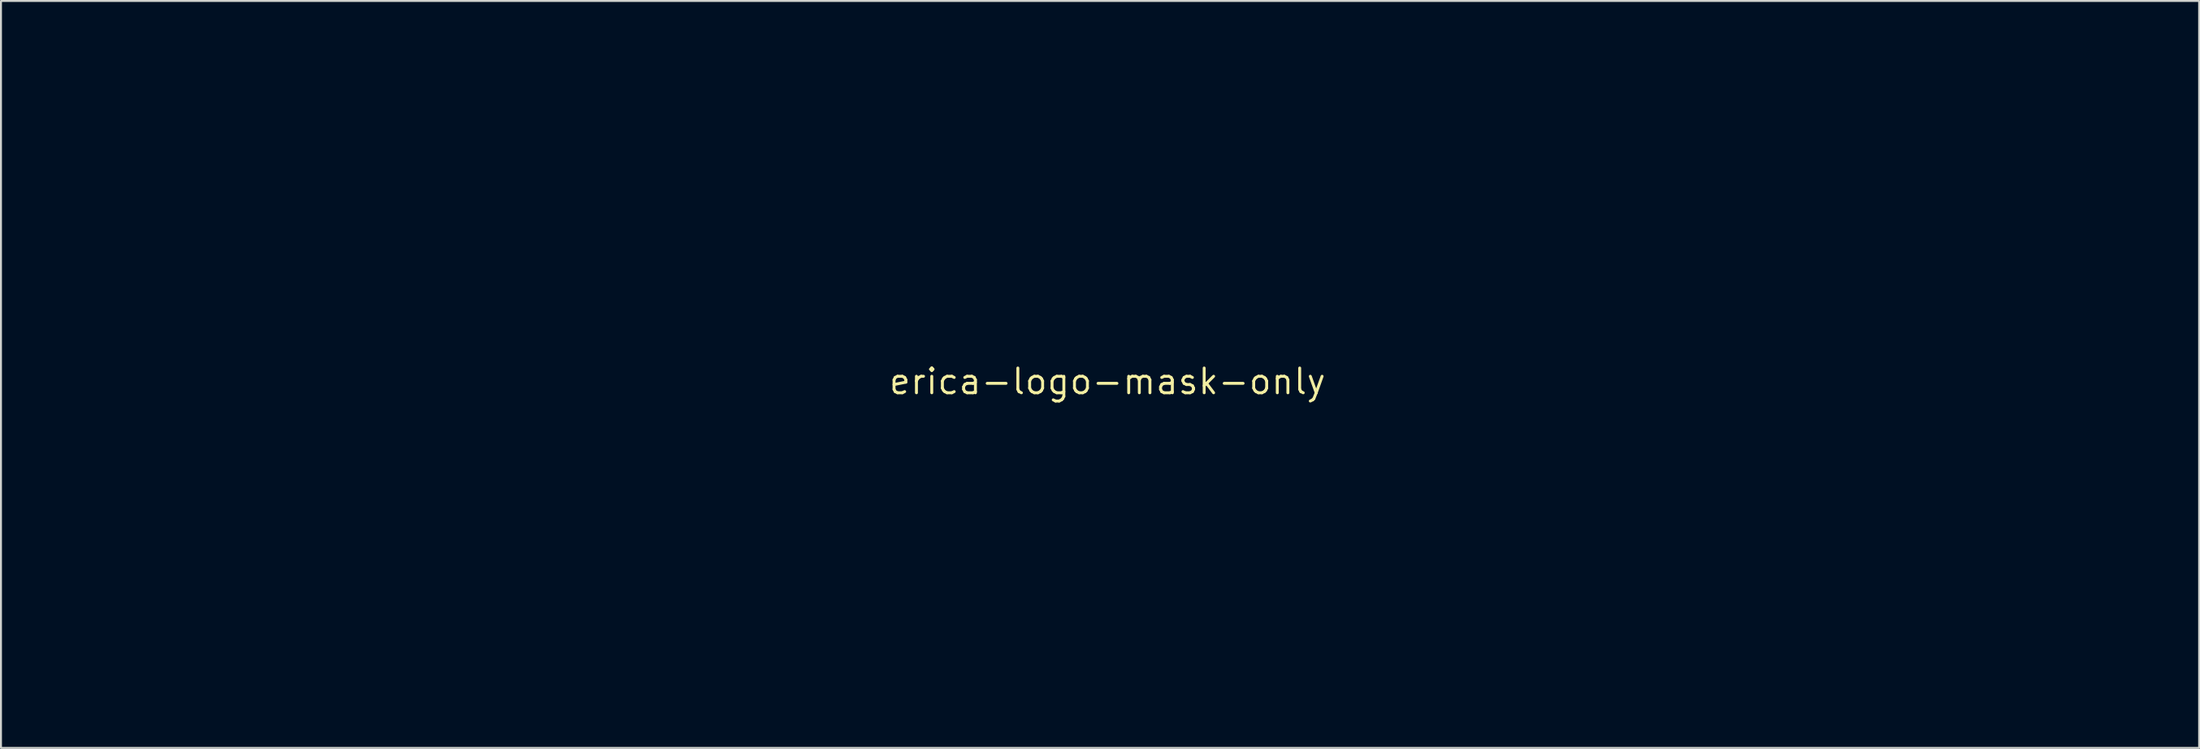
<source format=kicad_pcb>
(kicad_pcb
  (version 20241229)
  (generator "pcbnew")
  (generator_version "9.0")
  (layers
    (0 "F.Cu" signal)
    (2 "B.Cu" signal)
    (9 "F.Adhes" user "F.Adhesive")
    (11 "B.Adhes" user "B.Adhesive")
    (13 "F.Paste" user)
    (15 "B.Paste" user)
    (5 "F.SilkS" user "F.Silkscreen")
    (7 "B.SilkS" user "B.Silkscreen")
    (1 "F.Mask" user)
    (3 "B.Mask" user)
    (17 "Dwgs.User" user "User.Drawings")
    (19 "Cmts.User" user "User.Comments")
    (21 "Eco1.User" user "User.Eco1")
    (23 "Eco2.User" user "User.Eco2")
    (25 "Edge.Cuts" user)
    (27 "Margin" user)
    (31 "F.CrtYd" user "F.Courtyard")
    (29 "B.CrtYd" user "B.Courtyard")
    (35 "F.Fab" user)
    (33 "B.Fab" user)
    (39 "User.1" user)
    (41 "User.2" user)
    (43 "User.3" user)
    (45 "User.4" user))
  (footprint "erica-logo-mask-only"
    (layer "F.Cu")
    (at 53.747 16.515)
    (property "Reference" "erica-logo-mask-only" (at 0 0 0) (layer "F.SilkS") (effects (font (size 1.27 1.27) (thickness 0.15))))
    (attr through_hole)
    (fp_poly (pts (xy -1.143 1.928) (xy -0.867 1.929) (xy -0.553 1.929) (xy -0.265 1.93) (xy 1.704 1.937) (xy 1.843 2.002) (xy 1.964 2.074) (xy 2.075 2.166) (xy 2.167 2.269) (xy 2.23 2.372) (xy 2.236 2.388) (xy 2.244 2.41) (xy 2.25 2.436) (xy 2.256 2.47) (xy 2.26 2.515) (xy 2.264 2.573) (xy 2.268 2.648) (xy 2.271 2.744) (xy 2.273 2.862) (xy 2.275 3.007) (xy 2.277 3.182) (xy 2.278 3.389) (xy 2.28 3.632) (xy 2.281 3.913) (xy 2.281 3.936) (xy 2.283 4.249) (xy 2.283 4.523) (xy 2.283 4.76) (xy 2.282 4.965) (xy 2.28 5.139) (xy 2.277 5.286) (xy 2.273 5.409) (xy 2.267 5.511) (xy 2.259 5.595) (xy 2.249 5.665) (xy 2.238 5.722) (xy 2.224 5.771) (xy 2.209 5.814) (xy 2.191 5.855) (xy 2.188 5.86) (xy 2.15 5.93) (xy 2.109 5.975) (xy 2.049 6.011) (xy 2.016 6.027) (xy 1.932 6.062) (xy 1.831 6.098) (xy 1.749 6.124) (xy 1.721 6.131) (xy 1.693 6.138) (xy 1.661 6.144) (xy 1.622 6.149) (xy 1.575 6.153) (xy 1.515 6.157) (xy 1.44 6.16) (xy 1.347 6.162) (xy 1.233 6.164) (xy 1.096 6.166) (xy 0.932 6.167) (xy 0.739 6.169) (xy 0.513 6.169) (xy 0.253 6.17) (xy -0.046 6.171) (xy -0.222 6.172) (xy -0.501 6.172) (xy -0.771 6.172) (xy -1.029 6.172) (xy -1.271 6.171) (xy -1.494 6.17) (xy -1.694 6.169) (xy -1.868 6.167) (xy -2.013 6.165) (xy -2.124 6.163) (xy -2.199 6.161) (xy -2.227 6.159) (xy -2.404 6.136) (xy -2.546 6.103) (xy -2.66 6.054) (xy -2.754 5.989) (xy -2.833 5.902) (xy -2.861 5.863) (xy -2.89 5.82) (xy -2.915 5.781) (xy -2.937 5.742) (xy -2.955 5.701) (xy -2.97 5.654) (xy -2.983 5.598) (xy -2.993 5.53) (xy -3 5.446) (xy -3.006 5.344) (xy -3.01 5.22) (xy -3.013 5.071) (xy -3.015 4.893) (xy -3.016 4.685) (xy -3.016 4.441) (xy -3.016 4.16) (xy -3.016 4.043) (xy -3.016 2.593) (xy -2.958 2.468) (xy -2.897 2.357) (xy -2.821 2.247) (xy -2.738 2.148) (xy -2.655 2.068) (xy -2.581 2.017) (xy -2.578 2.016) (xy -2.544 2.001) (xy -2.511 1.987) (xy -2.476 1.976) (xy -2.435 1.966) (xy -2.386 1.957) (xy -2.326 1.95) (xy -2.253 1.944) (xy -2.164 1.939) (xy -2.056 1.935) (xy -1.927 1.932) (xy -1.774 1.93) (xy -1.594 1.929) (xy -1.384 1.928) (xy -1.143 1.928)) (stroke (width 0.01) (type solid)) (fill yes) (layer "F.Mask"))
    (fp_poly (pts (xy 0.395 -10.759) (xy 0.967 -10.707) (xy 1.512 -10.626) (xy 2.031 -10.513) (xy 2.525 -10.37) (xy 2.994 -10.195) (xy 3.44 -9.989) (xy 3.864 -9.751) (xy 4.267 -9.481) (xy 4.487 -9.313) (xy 4.608 -9.211) (xy 4.745 -9.088) (xy 4.892 -8.949) (xy 5.043 -8.802) (xy 5.19 -8.652) (xy 5.328 -8.506) (xy 5.45 -8.371) (xy 5.55 -8.252) (xy 5.597 -8.191) (xy 5.863 -7.8) (xy 6.091 -7.393) (xy 6.283 -6.974) (xy 6.438 -6.544) (xy 6.556 -6.107) (xy 6.636 -5.664) (xy 6.678 -5.219) (xy 6.681 -4.774) (xy 6.647 -4.332) (xy 6.573 -3.895) (xy 6.461 -3.465) (xy 6.309 -3.046) (xy 6.19 -2.781) (xy 5.977 -2.393) (xy 5.728 -2.025) (xy 5.442 -1.678) (xy 5.12 -1.353) (xy 4.922 -1.179) (xy 4.396 -0.764) (xy 3.854 -0.387) (xy 3.296 -0.048) (xy 2.724 0.251) (xy 2.138 0.511) (xy 1.54 0.732) (xy 0.931 0.911) (xy 0.768 0.952) (xy 0.639 0.984) (xy 0.513 1.016) (xy 0.4 1.046) (xy 0.312 1.071) (xy 0.275 1.083) (xy 0.177 1.105) (xy 0.047 1.122) (xy -0.105 1.133) (xy -0.269 1.137) (xy -0.435 1.134) (xy -0.594 1.124) (xy -0.702 1.112) (xy -1.268 1.016) (xy -1.809 0.891) (xy -2.331 0.735) (xy -2.844 0.546) (xy -3.354 0.321) (xy -3.537 0.232) (xy -3.956 0.009) (xy -4.366 -0.236) (xy -4.76 -0.497) (xy -4.943 -0.631) (xy -0.799 -0.631) (xy -0.728 -0.526) (xy -0.686 -0.455) (xy -0.655 -0.384) (xy -0.644 -0.348) (xy -0.615 -0.278) (xy -0.552 -0.211) (xy -0.543 -0.203) (xy -0.462 -0.144) (xy -0.398 -0.113) (xy -0.336 -0.112) (xy -0.266 -0.139) (xy -0.186 -0.185) (xy -0.102 -0.242) (xy -0.016 -0.306) (xy 0.039 -0.351) (xy 0.108 -0.409) (xy 0.18 -0.465) (xy 0.218 -0.492) (xy 0.299 -0.546) (xy 0.236 -0.591) (xy 0.192 -0.629) (xy 0.134 -0.69) (xy 0.074 -0.76) (xy 0.065 -0.771) (xy -0.027 -0.87) (xy -0.118 -0.934) (xy -0.218 -0.966) (xy -0.309 -0.974) (xy -0.37 -0.971) (xy -0.422 -0.959) (xy -0.472 -0.934) (xy -0.53 -0.89) (xy -0.604 -0.822) (xy -0.648 -0.779) (xy -0.799 -0.631) (xy -4.943 -0.631) (xy -5.133 -0.77) (xy -5.479 -1.052) (xy -5.791 -1.337) (xy -5.929 -1.476) (xy -6.253 -1.841) (xy -6.535 -2.218) (xy -6.778 -2.606) (xy -6.98 -3.008) (xy -7.141 -3.421) (xy -7.262 -3.846) (xy -7.317 -4.117) (xy -7.331 -4.235) (xy -7.342 -4.386) (xy -7.349 -4.562) (xy -7.351 -4.753) (xy -7.349 -4.953) (xy -7.344 -5.151) (xy -7.334 -5.339) (xy -7.321 -5.508) (xy -7.314 -5.563) (xy -7.274 -5.819) (xy -5.033 -5.819) (xy -5.031 -5.551) (xy -5.011 -5.272) (xy -4.974 -4.987) (xy -4.951 -4.854) (xy -4.868 -4.497) (xy -4.76 -4.147) (xy -4.629 -3.812) (xy -4.479 -3.502) (xy -4.407 -3.376) (xy -4.229 -3.108) (xy -4.035 -2.877) (xy -3.822 -2.681) (xy -3.586 -2.515) (xy -3.396 -2.411) (xy -3.242 -2.355) (xy -3.068 -2.326) (xy -2.888 -2.323) (xy -2.716 -2.349) (xy -2.63 -2.375) (xy -2.487 -2.448) (xy -2.354 -2.554) (xy -2.244 -2.683) (xy -2.237 -2.695) (xy -2.184 -2.779) (xy -2.136 -2.871) (xy -2.089 -2.975) (xy -2.041 -3.099) (xy -1.991 -3.247) (xy -1.935 -3.426) (xy -1.881 -3.609) (xy -1.795 -3.905) (xy -1.819 -4.17) (xy -1.832 -4.273) (xy 1.144 -4.273) (xy 1.163 -3.956) (xy 1.174 -3.873) (xy 1.204 -3.687) (xy 1.243 -3.498) (xy 1.286 -3.315) (xy 1.333 -3.147) (xy 1.38 -3.003) (xy 1.426 -2.891) (xy 1.429 -2.884) (xy 1.522 -2.729) (xy 1.636 -2.591) (xy 1.762 -2.48) (xy 1.87 -2.413) (xy 1.977 -2.37) (xy 2.097 -2.338) (xy 2.213 -2.321) (xy 2.307 -2.32) (xy 2.361 -2.327) (xy 2.433 -2.336) (xy 2.457 -2.339) (xy 2.604 -2.376) (xy 2.76 -2.451) (xy 2.92 -2.56) (xy 3.083 -2.699) (xy 3.245 -2.864) (xy 3.402 -3.053) (xy 3.552 -3.262) (xy 3.691 -3.488) (xy 3.816 -3.726) (xy 3.895 -3.901) (xy 3.977 -4.121) (xy 4.053 -4.368) (xy 4.122 -4.634) (xy 4.18 -4.91) (xy 4.228 -5.187) (xy 4.263 -5.456) (xy 4.284 -5.709) (xy 4.288 -5.937) (xy 4.285 -6.032) (xy 4.255 -6.283) (xy 4.201 -6.53) (xy 4.125 -6.764) (xy 4.029 -6.976) (xy 3.918 -7.157) (xy 3.911 -7.167) (xy 3.779 -7.315) (xy 3.63 -7.434) (xy 3.469 -7.521) (xy 3.302 -7.572) (xy 3.133 -7.586) (xy 3.036 -7.576) (xy 2.921 -7.543) (xy 2.792 -7.487) (xy 2.662 -7.415) (xy 2.544 -7.335) (xy 2.477 -7.277) (xy 2.379 -7.178) (xy 2.265 -7.055) (xy 2.144 -6.918) (xy 2.026 -6.778) (xy 1.918 -6.645) (xy 1.829 -6.529) (xy 1.825 -6.523) (xy 1.747 -6.404) (xy 1.66 -6.256) (xy 1.572 -6.091) (xy 1.486 -5.919) (xy 1.41 -5.753) (xy 1.349 -5.602) (xy 1.334 -5.559) (xy 1.248 -5.259) (xy 1.187 -4.937) (xy 1.152 -4.604) (xy 1.144 -4.273) (xy -1.832 -4.273) (xy -1.875 -4.631) (xy -1.956 -5.06) (xy -2.062 -5.458) (xy -2.195 -5.828) (xy -2.318 -6.101) (xy -2.423 -6.299) (xy -2.537 -6.48) (xy -2.665 -6.654) (xy -2.815 -6.831) (xy -2.994 -7.02) (xy -3.005 -7.031) (xy -3.169 -7.191) (xy -3.313 -7.319) (xy -3.441 -7.419) (xy -3.559 -7.492) (xy -3.671 -7.542) (xy -3.781 -7.571) (xy -3.895 -7.583) (xy -3.937 -7.583) (xy -4.107 -7.563) (xy -4.26 -7.505) (xy -4.398 -7.41) (xy -4.521 -7.275) (xy -4.632 -7.101) (xy -4.633 -7.1) (xy -4.684 -7.009) (xy -4.738 -6.918) (xy -4.785 -6.845) (xy -4.794 -6.832) (xy -4.874 -6.689) (xy -4.938 -6.512) (xy -4.986 -6.305) (xy -5.018 -6.072) (xy -5.033 -5.819) (xy -7.274 -5.819) (xy -7.24 -6.035) (xy -7.128 -6.495) (xy -6.981 -6.94) (xy -6.8 -7.368) (xy -6.588 -7.776) (xy -6.344 -8.162) (xy -6.071 -8.524) (xy -5.771 -8.859) (xy -5.444 -9.164) (xy -5.093 -9.438) (xy -4.778 -9.643) (xy -4.276 -9.917) (xy -3.755 -10.154) (xy -3.215 -10.354) (xy -2.658 -10.515) (xy -2.085 -10.639) (xy -1.497 -10.723) (xy -0.896 -10.769) (xy -0.836 -10.771) (xy -0.206 -10.78) (xy 0.395 -10.759)) (stroke (width 0.01) (type solid)) (fill yes) (layer "F.Mask"))
    (fp_poly (pts (xy 20.451 -15.408) (xy 21.331 -14.307) (xy 21.311 -14.218) (xy 21.233 -13.872) (xy 21.149 -13.496) (xy 21.058 -13.092) (xy 20.961 -12.66) (xy 20.858 -12.203) (xy 20.751 -11.722) (xy 20.638 -11.218) (xy 20.52 -10.694) (xy 20.398 -10.15) (xy 20.273 -9.588) (xy 20.143 -9.009) (xy 20.011 -8.416) (xy 19.875 -7.809) (xy 19.737 -7.191) (xy 19.597 -6.562) (xy 19.454 -5.925) (xy 19.31 -5.28) (xy 19.165 -4.629) (xy 19.019 -3.975) (xy 18.873 -3.318) (xy 18.726 -2.659) (xy 18.579 -2.001) (xy 18.433 -1.345) (xy 18.287 -0.693) (xy 18.143 -0.045) (xy 18 0.596) (xy 17.859 1.229) (xy 17.721 1.853) (xy 17.584 2.465) (xy 17.451 3.065) (xy 17.321 3.65) (xy 17.194 4.22) (xy 17.071 4.773) (xy 16.952 5.307) (xy 16.838 5.821) (xy 16.729 6.312) (xy 16.625 6.781) (xy 16.527 7.225) (xy 16.434 7.642) (xy 16.348 8.032) (xy 16.269 8.392) (xy 16.196 8.721) (xy 16.13 9.017) (xy 16.073 9.28) (xy 16.023 9.507) (xy 15.981 9.697) (xy 15.948 9.848) (xy 15.929 9.938) (xy 15.897 10.089) (xy 15.866 10.231) (xy 15.839 10.356) (xy 15.817 10.458) (xy 15.8 10.532) (xy 15.792 10.567) (xy 15.774 10.647) (xy 52.98 10.647) (xy 52.98 15.79) (xy -53.742 15.79) (xy -53.742 10.647) (xy -35.401 10.647) (xy -34.521 10.647) (xy -33.652 10.647) (xy -32.793 10.647) (xy -31.948 10.647) (xy -31.115 10.647) (xy -30.296 10.646) (xy -29.493 10.646) (xy -28.706 10.646) (xy -27.936 10.646) (xy -27.184 10.646) (xy -26.451 10.645) (xy -25.738 10.645) (xy -25.046 10.645) (xy -24.376 10.645) (xy -23.729 10.644) (xy -23.106 10.644) (xy -22.507 10.644) (xy -21.934 10.643) (xy -21.388 10.643) (xy -20.87 10.643) (xy -20.38 10.642) (xy -19.92 10.642) (xy -19.491 10.641) (xy -19.093 10.641) (xy -18.728 10.641) (xy -18.396 10.64) (xy -18.098 10.64) (xy -17.836 10.639) (xy -17.611 10.639) (xy -17.422 10.638) (xy -17.272 10.638) (xy -17.161 10.637) (xy -17.091 10.637) (xy -17.061 10.636) (xy -17.06 10.636) (xy -17.065 10.614) (xy -17.078 10.552) (xy -17.099 10.455) (xy -17.128 10.323) (xy -17.164 10.16) (xy -17.207 9.968) (xy -17.255 9.75) (xy -17.309 9.508) (xy -17.367 9.244) (xy -17.43 8.961) (xy -17.497 8.662) (xy -17.567 8.348) (xy -17.639 8.024) (xy -17.713 7.689) (xy -17.789 7.349) (xy -17.866 7.004) (xy -17.944 6.658) (xy -18.021 6.312) (xy -18.079 6.054) (xy -18.244 5.315) (xy -18.413 4.563) (xy -18.584 3.799) (xy -18.758 3.026) (xy -18.933 2.245) (xy -19.11 1.459) (xy -19.288 0.67) (xy -19.466 -0.12) (xy -19.644 -0.91) (xy -19.822 -1.696) (xy -19.999 -2.478) (xy -20.174 -3.252) (xy -20.347 -4.017) (xy -20.518 -4.77) (xy -20.666 -5.422) (xy -8.823 -5.422) (xy -8.821 -5.211) (xy -8.814 -5.023) (xy -8.807 -4.908) (xy -8.745 -4.387) (xy -8.647 -3.879) (xy -8.516 -3.387) (xy -8.352 -2.911) (xy -8.156 -2.455) (xy -7.93 -2.022) (xy -7.674 -1.614) (xy -7.391 -1.233) (xy -7.08 -0.882) (xy -6.84 -0.649) (xy -6.681 -0.508) (xy -6.518 -0.372) (xy -6.348 -0.238) (xy -6.165 -0.102) (xy -5.965 0.038) (xy -5.744 0.187) (xy -5.496 0.346) (xy -5.218 0.52) (xy -5.038 0.63) (xy -4.813 0.768) (xy -4.62 0.889) (xy -4.461 0.99) (xy -4.337 1.073) (xy -4.247 1.136) (xy -4.192 1.18) (xy -4.174 1.201) (xy -4.185 1.222) (xy -4.21 1.228) (xy -4.246 1.24) (xy -4.255 1.277) (xy -4.259 1.293) (xy -4.274 1.313) (xy -4.305 1.34) (xy -4.353 1.375) (xy -4.423 1.421) (xy -4.518 1.481) (xy -4.641 1.556) (xy -4.797 1.649) (xy -4.852 1.682) (xy -5.027 1.786) (xy -5.216 1.899) (xy -5.411 2.015) (xy -5.6 2.128) (xy -5.773 2.232) (xy -5.921 2.321) (xy -5.927 2.324) (xy -6.063 2.406) (xy -6.195 2.484) (xy -6.317 2.555) (xy -6.42 2.615) (xy -6.5 2.66) (xy -6.54 2.682) (xy -6.759 2.819) (xy -6.945 2.979) (xy -7.097 3.159) (xy -7.214 3.359) (xy -7.292 3.575) (xy -7.292 3.577) (xy -7.32 3.758) (xy -7.318 3.957) (xy -7.285 4.168) (xy -7.232 4.354) (xy -7.179 4.496) (xy -7.122 4.611) (xy -7.055 4.712) (xy -6.968 4.812) (xy -6.903 4.879) (xy -6.716 5.035) (xy -6.516 5.151) (xy -6.304 5.227) (xy -6.079 5.263) (xy -5.841 5.258) (xy -5.593 5.213) (xy -5.421 5.161) (xy -5.291 5.113) (xy -5.187 5.068) (xy -5.094 5.019) (xy -4.997 4.957) (xy -4.9 4.888) (xy -4.681 4.739) (xy -4.423 4.583) (xy -4.132 4.421) (xy -3.911 4.306) (xy -3.784 4.241) (xy -3.69 4.191) (xy -3.625 4.153) (xy -3.585 4.125) (xy -3.563 4.102) (xy -3.556 4.082) (xy -3.556 4.079) (xy -3.552 4.058) (xy -3.537 4.06) (xy -3.505 4.088) (xy -3.459 4.137) (xy -3.362 4.242) (xy -3.372 5.587) (xy -3.374 5.862) (xy -3.376 6.098) (xy -3.378 6.299) (xy -3.38 6.468) (xy -3.382 6.609) (xy -3.385 6.726) (xy -3.388 6.822) (xy -3.393 6.901) (xy -3.397 6.966) (xy -3.403 7.021) (xy -3.41 7.07) (xy -3.418 7.116) (xy -3.424 7.144) (xy -3.491 7.442) (xy -3.566 7.708) (xy -3.655 7.953) (xy -3.759 8.189) (xy -3.83 8.329) (xy -3.921 8.5) (xy -3.992 8.64) (xy -4.047 8.757) (xy -4.088 8.856) (xy -4.116 8.943) (xy -4.134 9.026) (xy -4.144 9.11) (xy -4.148 9.201) (xy -4.149 9.271) (xy -4.131 9.501) (xy -4.078 9.717) (xy -3.993 9.915) (xy -3.879 10.091) (xy -3.738 10.24) (xy -3.572 10.36) (xy -3.385 10.447) (xy -3.383 10.447) (xy -3.114 10.521) (xy -2.853 10.555) (xy -2.603 10.551) (xy -2.46 10.529) (xy -2.26 10.474) (xy -2.084 10.392) (xy -1.922 10.277) (xy -1.809 10.173) (xy -1.743 10.105) (xy -1.693 10.049) (xy -1.653 9.997) (xy -1.619 9.937) (xy -1.583 9.862) (xy -1.54 9.761) (xy -1.516 9.705) (xy -1.477 9.606) (xy -1.425 9.476) (xy -1.366 9.324) (xy -1.301 9.156) (xy -1.235 8.983) (xy -1.171 8.812) (xy -1.165 8.795) (xy -1.078 8.565) (xy -1.004 8.368) (xy -0.939 8.198) (xy -0.882 8.048) (xy -0.829 7.913) (xy -0.778 7.786) (xy -0.727 7.66) (xy -0.673 7.529) (xy -0.662 7.504) (xy -0.619 7.398) (xy -0.577 7.296) (xy -0.544 7.211) (xy -0.521 7.153) (xy -0.521 7.153) (xy -0.486 7.079) (xy -0.439 7.012) (xy -0.423 6.995) (xy -0.36 6.935) (xy -0.36 7.001) (xy -0.353 7.041) (xy -0.329 7.088) (xy -0.282 7.149) (xy -0.224 7.215) (xy -0.16 7.285) (xy -0.105 7.35) (xy -0.066 7.398) (xy -0.056 7.412) (xy -0.041 7.444) (xy -0.014 7.511) (xy 0.022 7.607) (xy 0.065 7.726) (xy 0.114 7.864) (xy 0.167 8.014) (xy 0.181 8.054) (xy 0.309 8.423) (xy 0.429 8.757) (xy 0.541 9.057) (xy 0.643 9.321) (xy 0.735 9.548) (xy 0.818 9.737) (xy 0.89 9.887) (xy 0.951 9.997) (xy 0.955 10.002) (xy 1.089 10.176) (xy 1.252 10.319) (xy 1.443 10.431) (xy 1.663 10.511) (xy 1.672 10.514) (xy 1.767 10.532) (xy 1.888 10.545) (xy 2.026 10.552) (xy 2.169 10.554) (xy 2.308 10.55) (xy 2.432 10.54) (xy 2.53 10.525) (xy 2.572 10.514) (xy 2.657 10.474) (xy 2.759 10.411) (xy 2.869 10.332) (xy 2.975 10.246) (xy 3.067 10.161) (xy 3.128 10.092) (xy 3.251 9.898) (xy 3.338 9.687) (xy 3.389 9.463) (xy 3.403 9.23) (xy 3.379 8.993) (xy 3.319 8.756) (xy 3.221 8.525) (xy 3.202 8.488) (xy 3.074 8.246) (xy 2.969 8.029) (xy 2.882 7.829) (xy 2.813 7.637) (xy 2.757 7.445) (xy 2.711 7.244) (xy 2.673 7.025) (xy 2.645 6.816) (xy 2.64 6.758) (xy 2.636 6.667) (xy 2.631 6.546) (xy 2.627 6.399) (xy 2.623 6.231) (xy 2.62 6.045) (xy 2.617 5.846) (xy 2.614 5.638) (xy 2.611 5.425) (xy 2.609 5.212) (xy 2.608 5.003) (xy 2.607 4.801) (xy 2.606 4.611) (xy 2.607 4.437) (xy 2.608 4.284) (xy 2.609 4.156) (xy 2.611 4.056) (xy 2.614 3.989) (xy 2.618 3.959) (xy 2.619 3.958) (xy 2.649 3.973) (xy 2.668 3.992) (xy 2.7 4.017) (xy 2.758 4.053) (xy 2.832 4.093) (xy 2.846 4.1) (xy 2.995 4.178) (xy 3.178 4.279) (xy 3.394 4.401) (xy 3.643 4.545) (xy 3.924 4.711) (xy 4.009 4.762) (xy 4.146 4.842) (xy 4.276 4.919) (xy 4.394 4.988) (xy 4.493 5.045) (xy 4.568 5.087) (xy 4.609 5.109) (xy 4.81 5.19) (xy 5.025 5.241) (xy 5.244 5.26) (xy 5.458 5.247) (xy 5.657 5.201) (xy 5.662 5.199) (xy 5.882 5.103) (xy 6.079 4.978) (xy 6.248 4.827) (xy 6.387 4.652) (xy 6.492 4.459) (xy 6.551 4.287) (xy 6.568 4.186) (xy 6.579 4.05) (xy 6.583 3.884) (xy 6.583 3.608) (xy 6.488 3.442) (xy 6.374 3.257) (xy 6.248 3.087) (xy 6.106 2.927) (xy 5.944 2.773) (xy 5.755 2.619) (xy 5.536 2.463) (xy 5.292 2.304) (xy 5.195 2.244) (xy 5.102 2.188) (xy 5.009 2.133) (xy 4.91 2.076) (xy 4.8 2.015) (xy 4.673 1.945) (xy 4.523 1.865) (xy 4.345 1.77) (xy 4.18 1.683) (xy 4.002 1.589) (xy 3.857 1.512) (xy 3.742 1.451) (xy 3.654 1.403) (xy 3.589 1.364) (xy 3.544 1.333) (xy 3.515 1.307) (xy 3.499 1.283) (xy 3.492 1.259) (xy 3.491 1.233) (xy 3.492 1.201) (xy 3.493 1.178) (xy 3.493 1.048) (xy 3.836 0.889) (xy 4.109 0.76) (xy 4.35 0.642) (xy 4.565 0.529) (xy 4.762 0.42) (xy 4.946 0.308) (xy 5.127 0.191) (xy 5.31 0.065) (xy 5.36 0.029) (xy 5.787 -0.303) (xy 6.178 -0.657) (xy 6.534 -1.033) (xy 6.854 -1.431) (xy 7.138 -1.85) (xy 7.385 -2.289) (xy 7.594 -2.748) (xy 7.766 -3.226) (xy 7.901 -3.722) (xy 7.937 -3.894) (xy 8.009 -4.326) (xy 8.056 -4.783) (xy 8.08 -5.255) (xy 8.08 -5.733) (xy 8.056 -6.207) (xy 8.008 -6.667) (xy 7.937 -7.104) (xy 7.916 -7.207) (xy 7.79 -7.699) (xy 7.629 -8.174) (xy 7.434 -8.631) (xy 7.205 -9.065) (xy 6.945 -9.474) (xy 6.654 -9.857) (xy 6.452 -10.086) (xy 6.107 -10.435) (xy 5.749 -10.754) (xy 5.374 -11.044) (xy 4.978 -11.308) (xy 4.558 -11.549) (xy 4.109 -11.768) (xy 3.628 -11.969) (xy 3.111 -12.153) (xy 3.101 -12.156) (xy 2.665 -12.29) (xy 2.238 -12.403) (xy 1.807 -12.498) (xy 1.36 -12.577) (xy 0.886 -12.643) (xy 0.815 -12.651) (xy 0.671 -12.664) (xy 0.492 -12.675) (xy 0.286 -12.683) (xy 0.061 -12.688) (xy -0.174 -12.691) (xy -0.414 -12.69) (xy -0.649 -12.688) (xy -0.873 -12.682) (xy -1.077 -12.674) (xy -1.253 -12.663) (xy -1.386 -12.651) (xy -2.004 -12.565) (xy -2.597 -12.453) (xy -3.173 -12.314) (xy -3.743 -12.145) (xy -4.318 -11.943) (xy -4.474 -11.882) (xy -4.84 -11.732) (xy -5.172 -11.581) (xy -5.476 -11.425) (xy -5.762 -11.259) (xy -6.036 -11.08) (xy -6.307 -10.882) (xy -6.413 -10.799) (xy -6.521 -10.709) (xy -6.648 -10.594) (xy -6.787 -10.463) (xy -6.93 -10.323) (xy -7.069 -10.181) (xy -7.197 -10.045) (xy -7.307 -9.923) (xy -7.374 -9.842) (xy -7.678 -9.428) (xy -7.947 -8.988) (xy -8.183 -8.525) (xy -8.383 -8.04) (xy -8.548 -7.533) (xy -8.678 -7.005) (xy -8.771 -6.459) (xy -8.774 -6.435) (xy -8.791 -6.274) (xy -8.805 -6.081) (xy -8.815 -5.868) (xy -8.821 -5.644) (xy -8.823 -5.422) (xy -20.666 -5.422) (xy -20.686 -5.51) (xy -20.851 -6.234) (xy -21.011 -6.941) (xy -21.168 -7.627) (xy -21.32 -8.292) (xy -21.466 -8.933) (xy -21.607 -9.548) (xy -21.741 -10.135) (xy -21.869 -10.691) (xy -21.989 -11.215) (xy -22.102 -11.705) (xy -22.207 -12.158) (xy -22.303 -12.572) (xy -22.328 -12.68) (xy -22.371 -12.866) (xy -22.412 -13.044) (xy -22.449 -13.209) (xy -22.482 -13.355) (xy -22.509 -13.476) (xy -22.529 -13.569) (xy -22.541 -13.627) (xy -22.542 -13.633) (xy -22.556 -13.708) (xy -22.578 -13.81) (xy -22.604 -13.926) (xy -22.63 -14.039) (xy -22.656 -14.149) (xy -22.673 -14.226) (xy -22.681 -14.278) (xy -22.681 -14.313) (xy -22.673 -14.339) (xy -22.659 -14.364) (xy -22.656 -14.369) (xy -22.637 -14.397) (xy -22.596 -14.457) (xy -22.537 -14.545) (xy -22.46 -14.658) (xy -22.368 -14.793) (xy -22.264 -14.947) (xy -22.149 -15.117) (xy -22.025 -15.298) (xy -21.909 -15.469) (xy -21.201 -16.51) (xy -0.814 -16.51) (xy 19.572 -16.51) (xy 20.451 -15.408)) (stroke (width 0.01) (type solid)) (fill yes) (layer "F.Mask")))
  (gr_rect
    (start -3 -3)
    (end 109.732 35.31)
    (stroke (width 0.1) (type default))
    (fill no)
    (layer "Edge.Cuts")))
</source>
